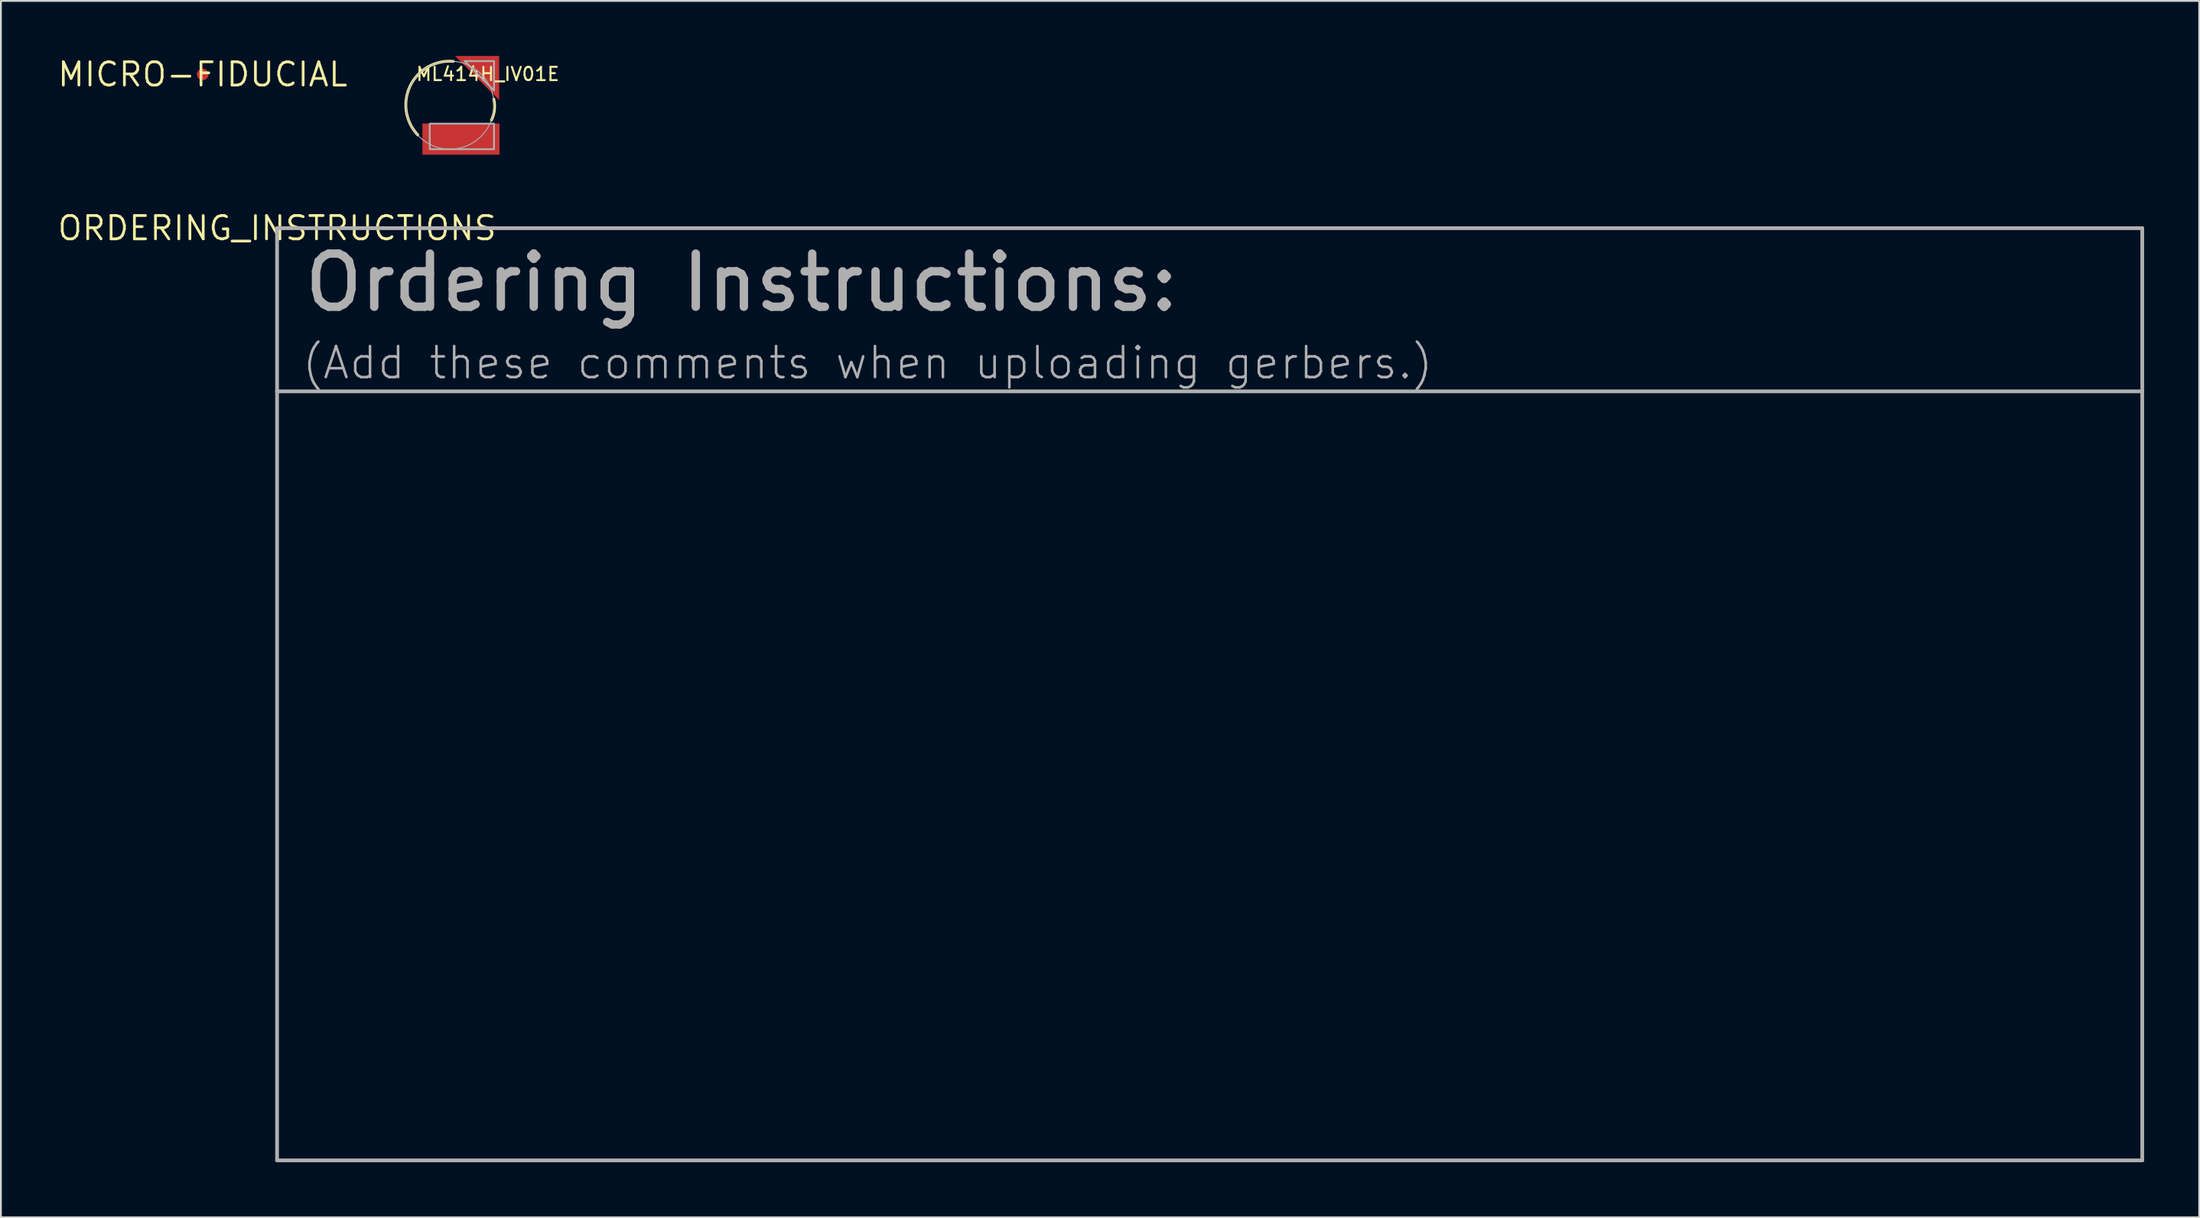
<source format=kicad_pcb>
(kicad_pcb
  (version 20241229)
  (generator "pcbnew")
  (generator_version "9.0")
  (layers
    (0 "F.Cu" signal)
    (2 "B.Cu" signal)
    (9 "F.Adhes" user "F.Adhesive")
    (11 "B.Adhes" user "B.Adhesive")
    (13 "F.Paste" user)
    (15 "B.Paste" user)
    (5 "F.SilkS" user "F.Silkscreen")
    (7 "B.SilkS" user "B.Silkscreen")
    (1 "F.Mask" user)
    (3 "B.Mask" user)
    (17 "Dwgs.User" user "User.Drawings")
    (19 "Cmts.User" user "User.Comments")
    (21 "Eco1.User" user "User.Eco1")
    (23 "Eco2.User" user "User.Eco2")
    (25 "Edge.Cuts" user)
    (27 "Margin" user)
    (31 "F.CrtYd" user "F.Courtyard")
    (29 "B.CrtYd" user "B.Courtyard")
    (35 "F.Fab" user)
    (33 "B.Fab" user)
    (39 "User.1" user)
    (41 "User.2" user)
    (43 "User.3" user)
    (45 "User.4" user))
  (footprint "MICRO-FIDUCIAL"
    (layer "F.Cu")
    (at 7.99 1.006)
    (property "Reference" "MICRO-FIDUCIAL" (at 0 0 0) (layer "F.SilkS") (effects (font (size 1.27 1.27) (thickness 0.15))))
    (attr through_hole)
    (pad "1" smd roundrect (at 0 0) (size 0.635 0.635) (layers "F.Cu" "F.Mask") (roundrect_rratio 0.5)))
  (footprint "ML414H_IV01E"
    (layer "F.Cu")
    (at 21.46 2.68)
    (property "Reference" "ML414H_IV01E" (at -1.905 -1.27 180) (layer "F.SilkS") (effects (font (size 0.724 0.724) (thickness 0.109)) (justify left bottom)))
    (attr through_hole)
    (fp_poly (pts (xy 0.28 -2.68) (xy 2.68 -2.68) (xy 2.68 -0.28)) (stroke (width 0) (type solid)) (fill yes) (layer "F.Cu"))
    (fp_poly (pts (xy 0.28 -2.68) (xy 2.68 -2.68) (xy 2.68 -0.28)) (stroke (width 0) (type solid)) (fill yes) (layer "F.Mask"))
    (fp_poly (pts (xy -1.5 2.7) (xy 2.7 2.7) (xy 2.7 1) (xy -1.5 1)) (stroke (width 0) (type solid)) (fill yes) (layer "F.Mask"))
    (fp_arc (start -1.752599 1.625602) (mid -2.167967 -1.045069) (end 0.1778 -2.3876) (stroke (width 0.1524) (type solid)) (layer "F.SilkS"))
    (fp_arc (start 2.3876 -0.3302) (mid 2.42159 0.252132) (end 2.260599 0.8128) (stroke (width 0.1524) (type solid)) (layer "F.SilkS"))
    (fp_poly (pts (xy 0.28 -2.68) (xy 2.68 -2.68) (xy 2.68 -0.28)) (stroke (width 0) (type solid)) (fill yes) (layer "F.Paste"))
    (fp_poly (pts (xy -1.5 2.7) (xy 2.7 2.7) (xy 2.7 1) (xy -1.5 1)) (stroke (width 0) (type solid)) (fill yes) (layer "F.Paste"))
    (fp_circle (center 0 0) (end 2.4 0) (stroke (width 0.051) (type solid)) (fill no) (layer "F.Fab"))
    (fp_poly (pts (xy 0.8 -2.4) (xy 2.4 -2.4) (xy 2.4 -0.8)) (stroke (width 0.1) (type solid)) (fill no) (layer "F.Fab"))
    (fp_poly (pts (xy -1.1 2.4) (xy 2.4 2.4) (xy 2.4 1.01) (xy -1.1 1.01)) (stroke (width 0.1) (type solid)) (fill no) (layer "F.Fab"))
    (pad "+" smd rect (at 2.022 -2.032) (size 1 1) (layers "F.Cu" "F.Mask"))
    (pad "-" smd rect (at 0.6 1.85) (size 4.2 1.7) (layers "F.Cu" "F.Mask")))
  (footprint "ORDERING_INSTRUCTIONS"
    (layer "F.Cu")
    (at 12.042 9.386)
    (property "Reference" "ORDERING_INSTRUCTIONS" (at 0 0 0) (layer "F.SilkS") (effects (font (size 1.27 1.27) (thickness 0.15))))
    (attr through_hole)
    (fp_line (start 0 0) (end 101.6 0) (stroke (width 0.203) (type solid)) (layer "F.Fab"))
    (fp_line (start 0 8.89) (end 0 0) (stroke (width 0.203) (type solid)) (layer "F.Fab"))
    (fp_line (start 0 8.89) (end 101.6 8.89) (stroke (width 0.203) (type solid)) (layer "F.Fab"))
    (fp_line (start 0 50.8) (end 0 8.89) (stroke (width 0.203) (type solid)) (layer "F.Fab"))
    (fp_line (start 101.6 0) (end 101.6 8.89) (stroke (width 0.203) (type solid)) (layer "F.Fab"))
    (fp_line (start 101.6 8.89) (end 101.6 50.8) (stroke (width 0.203) (type solid)) (layer "F.Fab"))
    (fp_line (start 101.6 50.8) (end 0 50.8) (stroke (width 0.203) (type solid)) (layer "F.Fab"))
    (fp_text user "Ordering Instructions:" (at 1.27 1.27 0) (layer "F.Fab") (effects (font (size 2.896 2.896) (thickness 0.457)) (justify left top)))
    (fp_text user "(Add these comments when uploading gerbers.)" (at 1.27 6.35 0) (layer "F.Fab") (effects (font (size 1.689 1.689) (thickness 0.142)) (justify left top))))
  (gr_rect
    (start -3 -3)
    (end 116.744 63.288)
    (stroke (width 0.1) (type default))
    (fill no)
    (layer "Edge.Cuts")))
</source>
